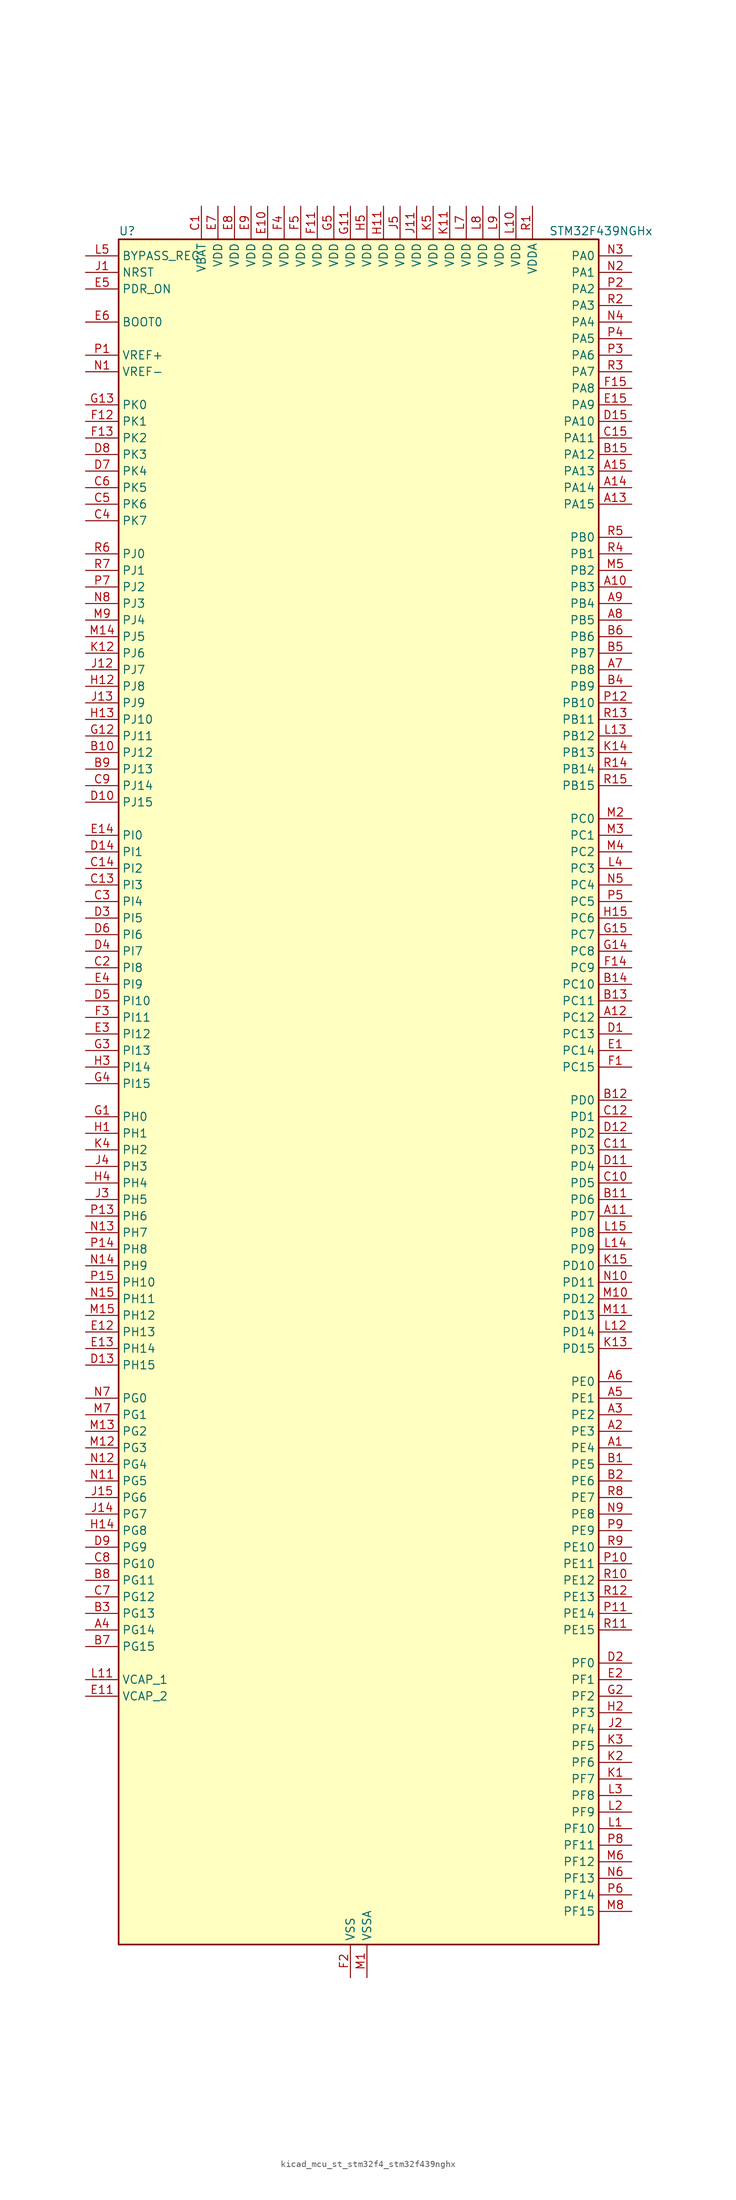
<source format=kicad_sym>
(kicad_symbol_lib
  (version 20220914)
  (generator kicad_symbol_editor)
  (symbol "kicad_mcu_st_stm32f4_stm32f439nghx"
    (property "Reference" "U"
      (at -35.56 133.35 0)
      (effects (font (size 1.27 1.27)) (justify left)))
    (property "Value" "STM32F439NGHx"
      (at 30.48 133.35 0)
      (effects (font (size 1.27 1.27)) (justify left)))
    (property "ki_locked" ""
      (at 0 0 0)
      (effects (font (size 1.27 1.27))))
    (symbol "kicad_mcu_st_stm32f4_stm32f439nghx_0_1"
      (rectangle (start -35.56 -129.54) (end 38.1 132.08) (stroke (width 0.254) (type default)) (fill (type background))))
    (symbol "kicad_mcu_st_stm32f4_stm32f439nghx_1_1"
      (pin bidirectional line (at 43.18 -53.34 180) (length 5.08) (name "PE4" (effects (font (size 1.27 1.27)))) (number "A1" (effects (font (size 1.27 1.27)))) (alternate "DCMI_D4" bidirectional line) (alternate "FMC_A20" bidirectional line) (alternate "LTDC_B0" bidirectional line) (alternate "SAI1_FS_A" bidirectional line) (alternate "SPI4_NSS" bidirectional line) (alternate "SYS_TRACED1" bidirectional line))
      (pin bidirectional line (at 43.18 78.74 180) (length 5.08) (name "PB3" (effects (font (size 1.27 1.27)))) (number "A10" (effects (font (size 1.27 1.27)))) (alternate "I2S3_CK" bidirectional line) (alternate "SPI1_SCK" bidirectional line) (alternate "SPI3_SCK" bidirectional line) (alternate "SYS_JTDO-SWO" bidirectional line) (alternate "TIM2_CH2" bidirectional line))
      (pin bidirectional line (at 43.18 -17.78 180) (length 5.08) (name "PD7" (effects (font (size 1.27 1.27)))) (number "A11" (effects (font (size 1.27 1.27)))) (alternate "FMC_NCE2" bidirectional line) (alternate "FMC_NE1" bidirectional line) (alternate "USART2_CK" bidirectional line))
      (pin bidirectional line (at 43.18 12.7 180) (length 5.08) (name "PC12" (effects (font (size 1.27 1.27)))) (number "A12" (effects (font (size 1.27 1.27)))) (alternate "DCMI_D9" bidirectional line) (alternate "I2S3_SD" bidirectional line) (alternate "SDIO_CK" bidirectional line) (alternate "SPI3_MOSI" bidirectional line) (alternate "UART5_TX" bidirectional line) (alternate "USART3_CK" bidirectional line))
      (pin bidirectional line (at 43.18 91.44 180) (length 5.08) (name "PA15" (effects (font (size 1.27 1.27)))) (number "A13" (effects (font (size 1.27 1.27)))) (alternate "ADC1_EXTI15" bidirectional line) (alternate "ADC2_EXTI15" bidirectional line) (alternate "ADC3_EXTI15" bidirectional line) (alternate "I2S3_WS" bidirectional line) (alternate "SPI1_NSS" bidirectional line) (alternate "SPI3_NSS" bidirectional line) (alternate "SYS_JTDI" bidirectional line) (alternate "TIM2_CH1" bidirectional line) (alternate "TIM2_ETR" bidirectional line))
      (pin bidirectional line (at 43.18 93.98 180) (length 5.08) (name "PA14" (effects (font (size 1.27 1.27)))) (number "A14" (effects (font (size 1.27 1.27)))) (alternate "SYS_JTCK-SWCLK" bidirectional line))
      (pin bidirectional line (at 43.18 96.52 180) (length 5.08) (name "PA13" (effects (font (size 1.27 1.27)))) (number "A15" (effects (font (size 1.27 1.27)))) (alternate "SYS_JTMS-SWDIO" bidirectional line))
      (pin bidirectional line (at 43.18 -50.8 180) (length 5.08) (name "PE3" (effects (font (size 1.27 1.27)))) (number "A2" (effects (font (size 1.27 1.27)))) (alternate "FMC_A19" bidirectional line) (alternate "SAI1_SD_B" bidirectional line) (alternate "SYS_TRACED0" bidirectional line))
      (pin bidirectional line (at 43.18 -48.26 180) (length 5.08) (name "PE2" (effects (font (size 1.27 1.27)))) (number "A3" (effects (font (size 1.27 1.27)))) (alternate "ETH_TXD3" bidirectional line) (alternate "FMC_A23" bidirectional line) (alternate "SAI1_MCLK_A" bidirectional line) (alternate "SPI4_SCK" bidirectional line) (alternate "SYS_TRACECLK" bidirectional line))
      (pin bidirectional line (at -40.64 -81.28 0) (length 5.08) (name "PG14" (effects (font (size 1.27 1.27)))) (number "A4" (effects (font (size 1.27 1.27)))) (alternate "ETH_TXD1" bidirectional line) (alternate "FMC_A25" bidirectional line) (alternate "SPI6_MOSI" bidirectional line) (alternate "USART6_TX" bidirectional line))
      (pin bidirectional line (at 43.18 -45.72 180) (length 5.08) (name "PE1" (effects (font (size 1.27 1.27)))) (number "A5" (effects (font (size 1.27 1.27)))) (alternate "DCMI_D3" bidirectional line) (alternate "FMC_NBL1" bidirectional line) (alternate "UART8_TX" bidirectional line))
      (pin bidirectional line (at 43.18 -43.18 180) (length 5.08) (name "PE0" (effects (font (size 1.27 1.27)))) (number "A6" (effects (font (size 1.27 1.27)))) (alternate "DCMI_D2" bidirectional line) (alternate "FMC_NBL0" bidirectional line) (alternate "TIM4_ETR" bidirectional line) (alternate "UART8_RX" bidirectional line))
      (pin bidirectional line (at 43.18 66.04 180) (length 5.08) (name "PB8" (effects (font (size 1.27 1.27)))) (number "A7" (effects (font (size 1.27 1.27)))) (alternate "CAN1_RX" bidirectional line) (alternate "DCMI_D6" bidirectional line) (alternate "ETH_TXD3" bidirectional line) (alternate "I2C1_SCL" bidirectional line) (alternate "LTDC_B6" bidirectional line) (alternate "SDIO_D4" bidirectional line) (alternate "TIM10_CH1" bidirectional line) (alternate "TIM4_CH3" bidirectional line))
      (pin bidirectional line (at 43.18 73.66 180) (length 5.08) (name "PB5" (effects (font (size 1.27 1.27)))) (number "A8" (effects (font (size 1.27 1.27)))) (alternate "CAN2_RX" bidirectional line) (alternate "DCMI_D10" bidirectional line) (alternate "ETH_PPS_OUT" bidirectional line) (alternate "FMC_SDCKE1" bidirectional line) (alternate "I2C1_SMBA" bidirectional line) (alternate "I2S3_SD" bidirectional line) (alternate "SPI1_MOSI" bidirectional line) (alternate "SPI3_MOSI" bidirectional line) (alternate "TIM3_CH2" bidirectional line) (alternate "USB_OTG_HS_ULPI_D7" bidirectional line))
      (pin bidirectional line (at 43.18 76.2 180) (length 5.08) (name "PB4" (effects (font (size 1.27 1.27)))) (number "A9" (effects (font (size 1.27 1.27)))) (alternate "I2S3_ext_SD" bidirectional line) (alternate "SPI1_MISO" bidirectional line) (alternate "SPI3_MISO" bidirectional line) (alternate "SYS_JTRST" bidirectional line) (alternate "TIM3_CH1" bidirectional line))
      (pin bidirectional line (at 43.18 -55.88 180) (length 5.08) (name "PE5" (effects (font (size 1.27 1.27)))) (number "B1" (effects (font (size 1.27 1.27)))) (alternate "DCMI_D6" bidirectional line) (alternate "FMC_A21" bidirectional line) (alternate "LTDC_G0" bidirectional line) (alternate "SAI1_SCK_A" bidirectional line) (alternate "SPI4_MISO" bidirectional line) (alternate "SYS_TRACED2" bidirectional line) (alternate "TIM9_CH1" bidirectional line))
      (pin bidirectional line (at -40.64 53.34 0) (length 5.08) (name "PJ12" (effects (font (size 1.27 1.27)))) (number "B10" (effects (font (size 1.27 1.27)))) (alternate "LTDC_B0" bidirectional line))
      (pin bidirectional line (at 43.18 -15.24 180) (length 5.08) (name "PD6" (effects (font (size 1.27 1.27)))) (number "B11" (effects (font (size 1.27 1.27)))) (alternate "DCMI_D10" bidirectional line) (alternate "FMC_NWAIT" bidirectional line) (alternate "I2S3_SD" bidirectional line) (alternate "LTDC_B2" bidirectional line) (alternate "SAI1_SD_A" bidirectional line) (alternate "SPI3_MOSI" bidirectional line) (alternate "USART2_RX" bidirectional line))
      (pin bidirectional line (at 43.18 0 180) (length 5.08) (name "PD0" (effects (font (size 1.27 1.27)))) (number "B12" (effects (font (size 1.27 1.27)))) (alternate "CAN1_RX" bidirectional line) (alternate "FMC_D2" bidirectional line) (alternate "FMC_DA2" bidirectional line))
      (pin bidirectional line (at 43.18 15.24 180) (length 5.08) (name "PC11" (effects (font (size 1.27 1.27)))) (number "B13" (effects (font (size 1.27 1.27)))) (alternate "ADC1_EXTI11" bidirectional line) (alternate "ADC2_EXTI11" bidirectional line) (alternate "ADC3_EXTI11" bidirectional line) (alternate "DCMI_D4" bidirectional line) (alternate "I2S3_ext_SD" bidirectional line) (alternate "SDIO_D3" bidirectional line) (alternate "SPI3_MISO" bidirectional line) (alternate "UART4_RX" bidirectional line) (alternate "USART3_RX" bidirectional line))
      (pin bidirectional line (at 43.18 17.78 180) (length 5.08) (name "PC10" (effects (font (size 1.27 1.27)))) (number "B14" (effects (font (size 1.27 1.27)))) (alternate "DCMI_D8" bidirectional line) (alternate "I2S3_CK" bidirectional line) (alternate "LTDC_R2" bidirectional line) (alternate "SDIO_D2" bidirectional line) (alternate "SPI3_SCK" bidirectional line) (alternate "UART4_TX" bidirectional line) (alternate "USART3_TX" bidirectional line))
      (pin bidirectional line (at 43.18 99.06 180) (length 5.08) (name "PA12" (effects (font (size 1.27 1.27)))) (number "B15" (effects (font (size 1.27 1.27)))) (alternate "CAN1_TX" bidirectional line) (alternate "LTDC_R5" bidirectional line) (alternate "TIM1_ETR" bidirectional line) (alternate "USART1_RTS" bidirectional line) (alternate "USB_OTG_FS_DP" bidirectional line))
      (pin bidirectional line (at 43.18 -58.42 180) (length 5.08) (name "PE6" (effects (font (size 1.27 1.27)))) (number "B2" (effects (font (size 1.27 1.27)))) (alternate "DCMI_D7" bidirectional line) (alternate "FMC_A22" bidirectional line) (alternate "LTDC_G1" bidirectional line) (alternate "SAI1_SD_A" bidirectional line) (alternate "SPI4_MOSI" bidirectional line) (alternate "SYS_TRACED3" bidirectional line) (alternate "TIM9_CH2" bidirectional line))
      (pin bidirectional line (at -40.64 -78.74 0) (length 5.08) (name "PG13" (effects (font (size 1.27 1.27)))) (number "B3" (effects (font (size 1.27 1.27)))) (alternate "ETH_TXD0" bidirectional line) (alternate "FMC_A24" bidirectional line) (alternate "SPI6_SCK" bidirectional line) (alternate "USART6_CTS" bidirectional line))
      (pin bidirectional line (at 43.18 63.5 180) (length 5.08) (name "PB9" (effects (font (size 1.27 1.27)))) (number "B4" (effects (font (size 1.27 1.27)))) (alternate "CAN1_TX" bidirectional line) (alternate "DAC_EXTI9" bidirectional line) (alternate "DCMI_D7" bidirectional line) (alternate "I2C1_SDA" bidirectional line) (alternate "I2S2_WS" bidirectional line) (alternate "LTDC_B7" bidirectional line) (alternate "SDIO_D5" bidirectional line) (alternate "SPI2_NSS" bidirectional line) (alternate "TIM11_CH1" bidirectional line) (alternate "TIM4_CH4" bidirectional line))
      (pin bidirectional line (at 43.18 68.58 180) (length 5.08) (name "PB7" (effects (font (size 1.27 1.27)))) (number "B5" (effects (font (size 1.27 1.27)))) (alternate "DCMI_VSYNC" bidirectional line) (alternate "FMC_NL" bidirectional line) (alternate "I2C1_SDA" bidirectional line) (alternate "TIM4_CH2" bidirectional line) (alternate "USART1_RX" bidirectional line))
      (pin bidirectional line (at 43.18 71.12 180) (length 5.08) (name "PB6" (effects (font (size 1.27 1.27)))) (number "B6" (effects (font (size 1.27 1.27)))) (alternate "CAN2_TX" bidirectional line) (alternate "DCMI_D5" bidirectional line) (alternate "FMC_SDNE1" bidirectional line) (alternate "I2C1_SCL" bidirectional line) (alternate "TIM4_CH1" bidirectional line) (alternate "USART1_TX" bidirectional line))
      (pin bidirectional line (at -40.64 -83.82 0) (length 5.08) (name "PG15" (effects (font (size 1.27 1.27)))) (number "B7" (effects (font (size 1.27 1.27)))) (alternate "ADC1_EXTI15" bidirectional line) (alternate "ADC2_EXTI15" bidirectional line) (alternate "ADC3_EXTI15" bidirectional line) (alternate "DCMI_D13" bidirectional line) (alternate "FMC_SDNCAS" bidirectional line) (alternate "USART6_CTS" bidirectional line))
      (pin bidirectional line (at -40.64 -73.66 0) (length 5.08) (name "PG11" (effects (font (size 1.27 1.27)))) (number "B8" (effects (font (size 1.27 1.27)))) (alternate "ADC1_EXTI11" bidirectional line) (alternate "ADC2_EXTI11" bidirectional line) (alternate "ADC3_EXTI11" bidirectional line) (alternate "DCMI_D3" bidirectional line) (alternate "ETH_TX_EN" bidirectional line) (alternate "FMC_NCE4_2" bidirectional line) (alternate "LTDC_B3" bidirectional line))
      (pin bidirectional line (at -40.64 50.8 0) (length 5.08) (name "PJ13" (effects (font (size 1.27 1.27)))) (number "B9" (effects (font (size 1.27 1.27)))) (alternate "LTDC_B1" bidirectional line))
      (pin power_in line (at -22.86 137.16 270) (length 5.08) (name "VBAT" (effects (font (size 1.27 1.27)))) (number "C1" (effects (font (size 1.27 1.27)))))
      (pin bidirectional line (at 43.18 -12.7 180) (length 5.08) (name "PD5" (effects (font (size 1.27 1.27)))) (number "C10" (effects (font (size 1.27 1.27)))) (alternate "FMC_NWE" bidirectional line) (alternate "USART2_TX" bidirectional line))
      (pin bidirectional line (at 43.18 -7.62 180) (length 5.08) (name "PD3" (effects (font (size 1.27 1.27)))) (number "C11" (effects (font (size 1.27 1.27)))) (alternate "DCMI_D5" bidirectional line) (alternate "FMC_CLK" bidirectional line) (alternate "I2S2_CK" bidirectional line) (alternate "LTDC_G7" bidirectional line) (alternate "SPI2_SCK" bidirectional line) (alternate "USART2_CTS" bidirectional line))
      (pin bidirectional line (at 43.18 -2.54 180) (length 5.08) (name "PD1" (effects (font (size 1.27 1.27)))) (number "C12" (effects (font (size 1.27 1.27)))) (alternate "CAN1_TX" bidirectional line) (alternate "FMC_D3" bidirectional line) (alternate "FMC_DA3" bidirectional line))
      (pin bidirectional line (at -40.64 33.02 0) (length 5.08) (name "PI3" (effects (font (size 1.27 1.27)))) (number "C13" (effects (font (size 1.27 1.27)))) (alternate "DCMI_D10" bidirectional line) (alternate "FMC_D27" bidirectional line) (alternate "I2S2_SD" bidirectional line) (alternate "SPI2_MOSI" bidirectional line) (alternate "TIM8_ETR" bidirectional line))
      (pin bidirectional line (at -40.64 35.56 0) (length 5.08) (name "PI2" (effects (font (size 1.27 1.27)))) (number "C14" (effects (font (size 1.27 1.27)))) (alternate "DCMI_D9" bidirectional line) (alternate "FMC_D26" bidirectional line) (alternate "I2S2_ext_SD" bidirectional line) (alternate "LTDC_G7" bidirectional line) (alternate "SPI2_MISO" bidirectional line) (alternate "TIM8_CH4" bidirectional line))
      (pin bidirectional line (at 43.18 101.6 180) (length 5.08) (name "PA11" (effects (font (size 1.27 1.27)))) (number "C15" (effects (font (size 1.27 1.27)))) (alternate "ADC1_EXTI11" bidirectional line) (alternate "ADC2_EXTI11" bidirectional line) (alternate "ADC3_EXTI11" bidirectional line) (alternate "CAN1_RX" bidirectional line) (alternate "LTDC_R4" bidirectional line) (alternate "TIM1_CH4" bidirectional line) (alternate "USART1_CTS" bidirectional line) (alternate "USB_OTG_FS_DM" bidirectional line))
      (pin bidirectional line (at -40.64 20.32 0) (length 5.08) (name "PI8" (effects (font (size 1.27 1.27)))) (number "C2" (effects (font (size 1.27 1.27)))) (alternate "RTC_AF2" bidirectional line))
      (pin bidirectional line (at -40.64 30.48 0) (length 5.08) (name "PI4" (effects (font (size 1.27 1.27)))) (number "C3" (effects (font (size 1.27 1.27)))) (alternate "DCMI_D5" bidirectional line) (alternate "FMC_NBL2" bidirectional line) (alternate "LTDC_B4" bidirectional line) (alternate "TIM8_BKIN" bidirectional line))
      (pin bidirectional line (at -40.64 88.9 0) (length 5.08) (name "PK7" (effects (font (size 1.27 1.27)))) (number "C4" (effects (font (size 1.27 1.27)))) (alternate "LTDC_DE" bidirectional line))
      (pin bidirectional line (at -40.64 91.44 0) (length 5.08) (name "PK6" (effects (font (size 1.27 1.27)))) (number "C5" (effects (font (size 1.27 1.27)))) (alternate "LTDC_B7" bidirectional line))
      (pin bidirectional line (at -40.64 93.98 0) (length 5.08) (name "PK5" (effects (font (size 1.27 1.27)))) (number "C6" (effects (font (size 1.27 1.27)))) (alternate "LTDC_B6" bidirectional line))
      (pin bidirectional line (at -40.64 -76.2 0) (length 5.08) (name "PG12" (effects (font (size 1.27 1.27)))) (number "C7" (effects (font (size 1.27 1.27)))) (alternate "FMC_NE4" bidirectional line) (alternate "LTDC_B1" bidirectional line) (alternate "LTDC_B4" bidirectional line) (alternate "SPI6_MISO" bidirectional line) (alternate "USART6_RTS" bidirectional line))
      (pin bidirectional line (at -40.64 -71.12 0) (length 5.08) (name "PG10" (effects (font (size 1.27 1.27)))) (number "C8" (effects (font (size 1.27 1.27)))) (alternate "DCMI_D2" bidirectional line) (alternate "FMC_NCE4_1" bidirectional line) (alternate "FMC_NE3" bidirectional line) (alternate "LTDC_B2" bidirectional line) (alternate "LTDC_G3" bidirectional line))
      (pin bidirectional line (at -40.64 48.26 0) (length 5.08) (name "PJ14" (effects (font (size 1.27 1.27)))) (number "C9" (effects (font (size 1.27 1.27)))) (alternate "LTDC_B2" bidirectional line))
      (pin bidirectional line (at 43.18 10.16 180) (length 5.08) (name "PC13" (effects (font (size 1.27 1.27)))) (number "D1" (effects (font (size 1.27 1.27)))) (alternate "RTC_AF1" bidirectional line))
      (pin bidirectional line (at -40.64 45.72 0) (length 5.08) (name "PJ15" (effects (font (size 1.27 1.27)))) (number "D10" (effects (font (size 1.27 1.27)))) (alternate "ADC1_EXTI15" bidirectional line) (alternate "ADC2_EXTI15" bidirectional line) (alternate "ADC3_EXTI15" bidirectional line) (alternate "LTDC_B3" bidirectional line))
      (pin bidirectional line (at 43.18 -10.16 180) (length 5.08) (name "PD4" (effects (font (size 1.27 1.27)))) (number "D11" (effects (font (size 1.27 1.27)))) (alternate "FMC_NOE" bidirectional line) (alternate "USART2_RTS" bidirectional line))
      (pin bidirectional line (at 43.18 -5.08 180) (length 5.08) (name "PD2" (effects (font (size 1.27 1.27)))) (number "D12" (effects (font (size 1.27 1.27)))) (alternate "DCMI_D11" bidirectional line) (alternate "SDIO_CMD" bidirectional line) (alternate "TIM3_ETR" bidirectional line) (alternate "UART5_RX" bidirectional line))
      (pin bidirectional line (at -40.64 -40.64 0) (length 5.08) (name "PH15" (effects (font (size 1.27 1.27)))) (number "D13" (effects (font (size 1.27 1.27)))) (alternate "ADC1_EXTI15" bidirectional line) (alternate "ADC2_EXTI15" bidirectional line) (alternate "ADC3_EXTI15" bidirectional line) (alternate "DCMI_D11" bidirectional line) (alternate "FMC_D23" bidirectional line) (alternate "LTDC_G4" bidirectional line) (alternate "TIM8_CH3N" bidirectional line))
      (pin bidirectional line (at -40.64 38.1 0) (length 5.08) (name "PI1" (effects (font (size 1.27 1.27)))) (number "D14" (effects (font (size 1.27 1.27)))) (alternate "DCMI_D8" bidirectional line) (alternate "FMC_D25" bidirectional line) (alternate "I2S2_CK" bidirectional line) (alternate "LTDC_G6" bidirectional line) (alternate "SPI2_SCK" bidirectional line))
      (pin bidirectional line (at 43.18 104.14 180) (length 5.08) (name "PA10" (effects (font (size 1.27 1.27)))) (number "D15" (effects (font (size 1.27 1.27)))) (alternate "DCMI_D1" bidirectional line) (alternate "TIM1_CH3" bidirectional line) (alternate "USART1_RX" bidirectional line) (alternate "USB_OTG_FS_ID" bidirectional line))
      (pin bidirectional line (at 43.18 -86.36 180) (length 5.08) (name "PF0" (effects (font (size 1.27 1.27)))) (number "D2" (effects (font (size 1.27 1.27)))) (alternate "FMC_A0" bidirectional line) (alternate "I2C2_SDA" bidirectional line))
      (pin bidirectional line (at -40.64 27.94 0) (length 5.08) (name "PI5" (effects (font (size 1.27 1.27)))) (number "D3" (effects (font (size 1.27 1.27)))) (alternate "DCMI_VSYNC" bidirectional line) (alternate "FMC_NBL3" bidirectional line) (alternate "LTDC_B5" bidirectional line) (alternate "TIM8_CH1" bidirectional line))
      (pin bidirectional line (at -40.64 22.86 0) (length 5.08) (name "PI7" (effects (font (size 1.27 1.27)))) (number "D4" (effects (font (size 1.27 1.27)))) (alternate "DCMI_D7" bidirectional line) (alternate "FMC_D29" bidirectional line) (alternate "LTDC_B7" bidirectional line) (alternate "TIM8_CH3" bidirectional line))
      (pin bidirectional line (at -40.64 15.24 0) (length 5.08) (name "PI10" (effects (font (size 1.27 1.27)))) (number "D5" (effects (font (size 1.27 1.27)))) (alternate "ETH_RX_ER" bidirectional line) (alternate "FMC_D31" bidirectional line) (alternate "LTDC_HSYNC" bidirectional line))
      (pin bidirectional line (at -40.64 25.4 0) (length 5.08) (name "PI6" (effects (font (size 1.27 1.27)))) (number "D6" (effects (font (size 1.27 1.27)))) (alternate "DCMI_D6" bidirectional line) (alternate "FMC_D28" bidirectional line) (alternate "LTDC_B6" bidirectional line) (alternate "TIM8_CH2" bidirectional line))
      (pin bidirectional line (at -40.64 96.52 0) (length 5.08) (name "PK4" (effects (font (size 1.27 1.27)))) (number "D7" (effects (font (size 1.27 1.27)))) (alternate "LTDC_B5" bidirectional line))
      (pin bidirectional line (at -40.64 99.06 0) (length 5.08) (name "PK3" (effects (font (size 1.27 1.27)))) (number "D8" (effects (font (size 1.27 1.27)))) (alternate "LTDC_B4" bidirectional line))
      (pin bidirectional line (at -40.64 -68.58 0) (length 5.08) (name "PG9" (effects (font (size 1.27 1.27)))) (number "D9" (effects (font (size 1.27 1.27)))) (alternate "DAC_EXTI9" bidirectional line) (alternate "DCMI_VSYNC" bidirectional line) (alternate "FMC_NCE3" bidirectional line) (alternate "FMC_NE2" bidirectional line) (alternate "USART6_RX" bidirectional line))
      (pin bidirectional line (at 43.18 7.62 180) (length 5.08) (name "PC14" (effects (font (size 1.27 1.27)))) (number "E1" (effects (font (size 1.27 1.27)))) (alternate "RCC_OSC32_IN" bidirectional line))
      (pin power_in line (at -12.7 137.16 270) (length 5.08) (name "VDD" (effects (font (size 1.27 1.27)))) (number "E10" (effects (font (size 1.27 1.27)))))
      (pin power_out line (at -40.64 -91.44 0) (length 5.08) (name "VCAP_2" (effects (font (size 1.27 1.27)))) (number "E11" (effects (font (size 1.27 1.27)))))
      (pin bidirectional line (at -40.64 -35.56 0) (length 5.08) (name "PH13" (effects (font (size 1.27 1.27)))) (number "E12" (effects (font (size 1.27 1.27)))) (alternate "CAN1_TX" bidirectional line) (alternate "FMC_D21" bidirectional line) (alternate "LTDC_G2" bidirectional line) (alternate "TIM8_CH1N" bidirectional line))
      (pin bidirectional line (at -40.64 -38.1 0) (length 5.08) (name "PH14" (effects (font (size 1.27 1.27)))) (number "E13" (effects (font (size 1.27 1.27)))) (alternate "DCMI_D4" bidirectional line) (alternate "FMC_D22" bidirectional line) (alternate "LTDC_G3" bidirectional line) (alternate "TIM8_CH2N" bidirectional line))
      (pin bidirectional line (at -40.64 40.64 0) (length 5.08) (name "PI0" (effects (font (size 1.27 1.27)))) (number "E14" (effects (font (size 1.27 1.27)))) (alternate "DCMI_D13" bidirectional line) (alternate "FMC_D24" bidirectional line) (alternate "I2S2_WS" bidirectional line) (alternate "LTDC_G5" bidirectional line) (alternate "SPI2_NSS" bidirectional line) (alternate "TIM5_CH4" bidirectional line))
      (pin bidirectional line (at 43.18 106.68 180) (length 5.08) (name "PA9" (effects (font (size 1.27 1.27)))) (number "E15" (effects (font (size 1.27 1.27)))) (alternate "DAC_EXTI9" bidirectional line) (alternate "DCMI_D0" bidirectional line) (alternate "I2C3_SMBA" bidirectional line) (alternate "TIM1_CH2" bidirectional line) (alternate "USART1_TX" bidirectional line) (alternate "USB_OTG_FS_VBUS" bidirectional line))
      (pin bidirectional line (at 43.18 -88.9 180) (length 5.08) (name "PF1" (effects (font (size 1.27 1.27)))) (number "E2" (effects (font (size 1.27 1.27)))) (alternate "FMC_A1" bidirectional line) (alternate "I2C2_SCL" bidirectional line))
      (pin bidirectional line (at -40.64 10.16 0) (length 5.08) (name "PI12" (effects (font (size 1.27 1.27)))) (number "E3" (effects (font (size 1.27 1.27)))) (alternate "LTDC_HSYNC" bidirectional line))
      (pin bidirectional line (at -40.64 17.78 0) (length 5.08) (name "PI9" (effects (font (size 1.27 1.27)))) (number "E4" (effects (font (size 1.27 1.27)))) (alternate "CAN1_RX" bidirectional line) (alternate "DAC_EXTI9" bidirectional line) (alternate "FMC_D30" bidirectional line) (alternate "LTDC_VSYNC" bidirectional line))
      (pin input line (at -40.64 124.46 0) (length 5.08) (name "PDR_ON" (effects (font (size 1.27 1.27)))) (number "E5" (effects (font (size 1.27 1.27)))))
      (pin input line (at -40.64 119.38 0) (length 5.08) (name "BOOT0" (effects (font (size 1.27 1.27)))) (number "E6" (effects (font (size 1.27 1.27)))))
      (pin power_in line (at -20.32 137.16 270) (length 5.08) (name "VDD" (effects (font (size 1.27 1.27)))) (number "E7" (effects (font (size 1.27 1.27)))))
      (pin power_in line (at -17.78 137.16 270) (length 5.08) (name "VDD" (effects (font (size 1.27 1.27)))) (number "E8" (effects (font (size 1.27 1.27)))))
      (pin power_in line (at -15.24 137.16 270) (length 5.08) (name "VDD" (effects (font (size 1.27 1.27)))) (number "E9" (effects (font (size 1.27 1.27)))))
      (pin bidirectional line (at 43.18 5.08 180) (length 5.08) (name "PC15" (effects (font (size 1.27 1.27)))) (number "F1" (effects (font (size 1.27 1.27)))) (alternate "ADC1_EXTI15" bidirectional line) (alternate "ADC2_EXTI15" bidirectional line) (alternate "ADC3_EXTI15" bidirectional line) (alternate "RCC_OSC32_OUT" bidirectional line))
      (pin passive line (at 0 -134.62 90) (length 5.08) hide (name "VSS" (effects (font (size 1.27 1.27)))) (number "F10" (effects (font (size 1.27 1.27)))))
      (pin power_in line (at -5.08 137.16 270) (length 5.08) (name "VDD" (effects (font (size 1.27 1.27)))) (number "F11" (effects (font (size 1.27 1.27)))))
      (pin bidirectional line (at -40.64 104.14 0) (length 5.08) (name "PK1" (effects (font (size 1.27 1.27)))) (number "F12" (effects (font (size 1.27 1.27)))) (alternate "LTDC_G6" bidirectional line))
      (pin bidirectional line (at -40.64 101.6 0) (length 5.08) (name "PK2" (effects (font (size 1.27 1.27)))) (number "F13" (effects (font (size 1.27 1.27)))) (alternate "LTDC_G7" bidirectional line))
      (pin bidirectional line (at 43.18 20.32 180) (length 5.08) (name "PC9" (effects (font (size 1.27 1.27)))) (number "F14" (effects (font (size 1.27 1.27)))) (alternate "DAC_EXTI9" bidirectional line) (alternate "DCMI_D3" bidirectional line) (alternate "I2C3_SDA" bidirectional line) (alternate "I2S_CKIN" bidirectional line) (alternate "RCC_MCO_2" bidirectional line) (alternate "SDIO_D1" bidirectional line) (alternate "TIM3_CH4" bidirectional line) (alternate "TIM8_CH4" bidirectional line))
      (pin bidirectional line (at 43.18 109.22 180) (length 5.08) (name "PA8" (effects (font (size 1.27 1.27)))) (number "F15" (effects (font (size 1.27 1.27)))) (alternate "I2C3_SCL" bidirectional line) (alternate "LTDC_R6" bidirectional line) (alternate "RCC_MCO_1" bidirectional line) (alternate "TIM1_CH1" bidirectional line) (alternate "USART1_CK" bidirectional line) (alternate "USB_OTG_FS_SOF" bidirectional line))
      (pin power_in line (at 0 -134.62 90) (length 5.08) (name "VSS" (effects (font (size 1.27 1.27)))) (number "F2" (effects (font (size 1.27 1.27)))))
      (pin bidirectional line (at -40.64 12.7 0) (length 5.08) (name "PI11" (effects (font (size 1.27 1.27)))) (number "F3" (effects (font (size 1.27 1.27)))) (alternate "ADC1_EXTI11" bidirectional line) (alternate "ADC2_EXTI11" bidirectional line) (alternate "ADC3_EXTI11" bidirectional line) (alternate "USB_OTG_HS_ULPI_DIR" bidirectional line))
      (pin power_in line (at -10.16 137.16 270) (length 5.08) (name "VDD" (effects (font (size 1.27 1.27)))) (number "F4" (effects (font (size 1.27 1.27)))))
      (pin power_in line (at -7.62 137.16 270) (length 5.08) (name "VDD" (effects (font (size 1.27 1.27)))) (number "F5" (effects (font (size 1.27 1.27)))))
      (pin passive line (at 0 -134.62 90) (length 5.08) hide (name "VSS" (effects (font (size 1.27 1.27)))) (number "F6" (effects (font (size 1.27 1.27)))))
      (pin passive line (at 0 -134.62 90) (length 5.08) hide (name "VSS" (effects (font (size 1.27 1.27)))) (number "F7" (effects (font (size 1.27 1.27)))))
      (pin passive line (at 0 -134.62 90) (length 5.08) hide (name "VSS" (effects (font (size 1.27 1.27)))) (number "F8" (effects (font (size 1.27 1.27)))))
      (pin passive line (at 0 -134.62 90) (length 5.08) hide (name "VSS" (effects (font (size 1.27 1.27)))) (number "F9" (effects (font (size 1.27 1.27)))))
      (pin bidirectional line (at -40.64 -2.54 0) (length 5.08) (name "PH0" (effects (font (size 1.27 1.27)))) (number "G1" (effects (font (size 1.27 1.27)))) (alternate "RCC_OSC_IN" bidirectional line))
      (pin passive line (at 0 -134.62 90) (length 5.08) hide (name "VSS" (effects (font (size 1.27 1.27)))) (number "G10" (effects (font (size 1.27 1.27)))))
      (pin power_in line (at 0 137.16 270) (length 5.08) (name "VDD" (effects (font (size 1.27 1.27)))) (number "G11" (effects (font (size 1.27 1.27)))))
      (pin bidirectional line (at -40.64 55.88 0) (length 5.08) (name "PJ11" (effects (font (size 1.27 1.27)))) (number "G12" (effects (font (size 1.27 1.27)))) (alternate "ADC1_EXTI11" bidirectional line) (alternate "ADC2_EXTI11" bidirectional line) (alternate "ADC3_EXTI11" bidirectional line) (alternate "LTDC_G4" bidirectional line))
      (pin bidirectional line (at -40.64 106.68 0) (length 5.08) (name "PK0" (effects (font (size 1.27 1.27)))) (number "G13" (effects (font (size 1.27 1.27)))) (alternate "LTDC_G5" bidirectional line))
      (pin bidirectional line (at 43.18 22.86 180) (length 5.08) (name "PC8" (effects (font (size 1.27 1.27)))) (number "G14" (effects (font (size 1.27 1.27)))) (alternate "DCMI_D2" bidirectional line) (alternate "SDIO_D0" bidirectional line) (alternate "TIM3_CH3" bidirectional line) (alternate "TIM8_CH3" bidirectional line) (alternate "USART6_CK" bidirectional line))
      (pin bidirectional line (at 43.18 25.4 180) (length 5.08) (name "PC7" (effects (font (size 1.27 1.27)))) (number "G15" (effects (font (size 1.27 1.27)))) (alternate "DCMI_D1" bidirectional line) (alternate "I2S3_MCK" bidirectional line) (alternate "LTDC_G6" bidirectional line) (alternate "SDIO_D7" bidirectional line) (alternate "TIM3_CH2" bidirectional line) (alternate "TIM8_CH2" bidirectional line) (alternate "USART6_RX" bidirectional line))
      (pin bidirectional line (at 43.18 -91.44 180) (length 5.08) (name "PF2" (effects (font (size 1.27 1.27)))) (number "G2" (effects (font (size 1.27 1.27)))) (alternate "FMC_A2" bidirectional line) (alternate "I2C2_SMBA" bidirectional line))
      (pin bidirectional line (at -40.64 7.62 0) (length 5.08) (name "PI13" (effects (font (size 1.27 1.27)))) (number "G3" (effects (font (size 1.27 1.27)))) (alternate "LTDC_VSYNC" bidirectional line))
      (pin bidirectional line (at -40.64 2.54 0) (length 5.08) (name "PI15" (effects (font (size 1.27 1.27)))) (number "G4" (effects (font (size 1.27 1.27)))) (alternate "ADC1_EXTI15" bidirectional line) (alternate "ADC2_EXTI15" bidirectional line) (alternate "ADC3_EXTI15" bidirectional line) (alternate "LTDC_R0" bidirectional line))
      (pin power_in line (at -2.54 137.16 270) (length 5.08) (name "VDD" (effects (font (size 1.27 1.27)))) (number "G5" (effects (font (size 1.27 1.27)))))
      (pin passive line (at 0 -134.62 90) (length 5.08) hide (name "VSS" (effects (font (size 1.27 1.27)))) (number "G6" (effects (font (size 1.27 1.27)))))
      (pin bidirectional line (at -40.64 -5.08 0) (length 5.08) (name "PH1" (effects (font (size 1.27 1.27)))) (number "H1" (effects (font (size 1.27 1.27)))) (alternate "RCC_OSC_OUT" bidirectional line))
      (pin passive line (at 0 -134.62 90) (length 5.08) hide (name "VSS" (effects (font (size 1.27 1.27)))) (number "H10" (effects (font (size 1.27 1.27)))))
      (pin power_in line (at 5.08 137.16 270) (length 5.08) (name "VDD" (effects (font (size 1.27 1.27)))) (number "H11" (effects (font (size 1.27 1.27)))))
      (pin bidirectional line (at -40.64 63.5 0) (length 5.08) (name "PJ8" (effects (font (size 1.27 1.27)))) (number "H12" (effects (font (size 1.27 1.27)))) (alternate "LTDC_G1" bidirectional line))
      (pin bidirectional line (at -40.64 58.42 0) (length 5.08) (name "PJ10" (effects (font (size 1.27 1.27)))) (number "H13" (effects (font (size 1.27 1.27)))) (alternate "LTDC_G3" bidirectional line))
      (pin bidirectional line (at -40.64 -66.04 0) (length 5.08) (name "PG8" (effects (font (size 1.27 1.27)))) (number "H14" (effects (font (size 1.27 1.27)))) (alternate "ETH_PPS_OUT" bidirectional line) (alternate "FMC_SDCLK" bidirectional line) (alternate "SPI6_NSS" bidirectional line) (alternate "USART6_RTS" bidirectional line))
      (pin bidirectional line (at 43.18 27.94 180) (length 5.08) (name "PC6" (effects (font (size 1.27 1.27)))) (number "H15" (effects (font (size 1.27 1.27)))) (alternate "DCMI_D0" bidirectional line) (alternate "I2S2_MCK" bidirectional line) (alternate "LTDC_HSYNC" bidirectional line) (alternate "SDIO_D6" bidirectional line) (alternate "TIM3_CH1" bidirectional line) (alternate "TIM8_CH1" bidirectional line) (alternate "USART6_TX" bidirectional line))
      (pin bidirectional line (at 43.18 -93.98 180) (length 5.08) (name "PF3" (effects (font (size 1.27 1.27)))) (number "H2" (effects (font (size 1.27 1.27)))) (alternate "ADC3_IN9" bidirectional line) (alternate "FMC_A3" bidirectional line))
      (pin bidirectional line (at -40.64 5.08 0) (length 5.08) (name "PI14" (effects (font (size 1.27 1.27)))) (number "H3" (effects (font (size 1.27 1.27)))) (alternate "LTDC_CLK" bidirectional line))
      (pin bidirectional line (at -40.64 -12.7 0) (length 5.08) (name "PH4" (effects (font (size 1.27 1.27)))) (number "H4" (effects (font (size 1.27 1.27)))) (alternate "I2C2_SCL" bidirectional line) (alternate "USB_OTG_HS_ULPI_NXT" bidirectional line))
      (pin power_in line (at 2.54 137.16 270) (length 5.08) (name "VDD" (effects (font (size 1.27 1.27)))) (number "H5" (effects (font (size 1.27 1.27)))))
      (pin passive line (at 0 -134.62 90) (length 5.08) hide (name "VSS" (effects (font (size 1.27 1.27)))) (number "H6" (effects (font (size 1.27 1.27)))))
      (pin input line (at -40.64 127 0) (length 5.08) (name "NRST" (effects (font (size 1.27 1.27)))) (number "J1" (effects (font (size 1.27 1.27)))))
      (pin passive line (at 0 -134.62 90) (length 5.08) hide (name "VSS" (effects (font (size 1.27 1.27)))) (number "J10" (effects (font (size 1.27 1.27)))))
      (pin power_in line (at 10.16 137.16 270) (length 5.08) (name "VDD" (effects (font (size 1.27 1.27)))) (number "J11" (effects (font (size 1.27 1.27)))))
      (pin bidirectional line (at -40.64 66.04 0) (length 5.08) (name "PJ7" (effects (font (size 1.27 1.27)))) (number "J12" (effects (font (size 1.27 1.27)))) (alternate "LTDC_G0" bidirectional line))
      (pin bidirectional line (at -40.64 60.96 0) (length 5.08) (name "PJ9" (effects (font (size 1.27 1.27)))) (number "J13" (effects (font (size 1.27 1.27)))) (alternate "DAC_EXTI9" bidirectional line) (alternate "LTDC_G2" bidirectional line))
      (pin bidirectional line (at -40.64 -63.5 0) (length 5.08) (name "PG7" (effects (font (size 1.27 1.27)))) (number "J14" (effects (font (size 1.27 1.27)))) (alternate "DCMI_D13" bidirectional line) (alternate "FMC_INT3" bidirectional line) (alternate "LTDC_CLK" bidirectional line) (alternate "USART6_CK" bidirectional line))
      (pin bidirectional line (at -40.64 -60.96 0) (length 5.08) (name "PG6" (effects (font (size 1.27 1.27)))) (number "J15" (effects (font (size 1.27 1.27)))) (alternate "DCMI_D12" bidirectional line) (alternate "FMC_INT2" bidirectional line) (alternate "LTDC_R7" bidirectional line))
      (pin bidirectional line (at 43.18 -96.52 180) (length 5.08) (name "PF4" (effects (font (size 1.27 1.27)))) (number "J2" (effects (font (size 1.27 1.27)))) (alternate "ADC3_IN14" bidirectional line) (alternate "FMC_A4" bidirectional line))
      (pin bidirectional line (at -40.64 -15.24 0) (length 5.08) (name "PH5" (effects (font (size 1.27 1.27)))) (number "J3" (effects (font (size 1.27 1.27)))) (alternate "FMC_SDNWE" bidirectional line) (alternate "I2C2_SDA" bidirectional line) (alternate "SPI5_NSS" bidirectional line))
      (pin bidirectional line (at -40.64 -10.16 0) (length 5.08) (name "PH3" (effects (font (size 1.27 1.27)))) (number "J4" (effects (font (size 1.27 1.27)))) (alternate "ETH_COL" bidirectional line) (alternate "FMC_SDNE0" bidirectional line) (alternate "LTDC_R1" bidirectional line))
      (pin power_in line (at 7.62 137.16 270) (length 5.08) (name "VDD" (effects (font (size 1.27 1.27)))) (number "J5" (effects (font (size 1.27 1.27)))))
      (pin passive line (at 0 -134.62 90) (length 5.08) hide (name "VSS" (effects (font (size 1.27 1.27)))) (number "J6" (effects (font (size 1.27 1.27)))))
      (pin bidirectional line (at 43.18 -104.14 180) (length 5.08) (name "PF7" (effects (font (size 1.27 1.27)))) (number "K1" (effects (font (size 1.27 1.27)))) (alternate "ADC3_IN5" bidirectional line) (alternate "FMC_NREG" bidirectional line) (alternate "SAI1_MCLK_B" bidirectional line) (alternate "SPI5_SCK" bidirectional line) (alternate "TIM11_CH1" bidirectional line) (alternate "UART7_TX" bidirectional line))
      (pin passive line (at 0 -134.62 90) (length 5.08) hide (name "VSS" (effects (font (size 1.27 1.27)))) (number "K10" (effects (font (size 1.27 1.27)))))
      (pin power_in line (at 15.24 137.16 270) (length 5.08) (name "VDD" (effects (font (size 1.27 1.27)))) (number "K11" (effects (font (size 1.27 1.27)))))
      (pin bidirectional line (at -40.64 68.58 0) (length 5.08) (name "PJ6" (effects (font (size 1.27 1.27)))) (number "K12" (effects (font (size 1.27 1.27)))) (alternate "LTDC_R7" bidirectional line))
      (pin bidirectional line (at 43.18 -38.1 180) (length 5.08) (name "PD15" (effects (font (size 1.27 1.27)))) (number "K13" (effects (font (size 1.27 1.27)))) (alternate "ADC1_EXTI15" bidirectional line) (alternate "ADC2_EXTI15" bidirectional line) (alternate "ADC3_EXTI15" bidirectional line) (alternate "FMC_D1" bidirectional line) (alternate "FMC_DA1" bidirectional line) (alternate "TIM4_CH4" bidirectional line))
      (pin bidirectional line (at 43.18 53.34 180) (length 5.08) (name "PB13" (effects (font (size 1.27 1.27)))) (number "K14" (effects (font (size 1.27 1.27)))) (alternate "CAN2_TX" bidirectional line) (alternate "ETH_TXD1" bidirectional line) (alternate "I2S2_CK" bidirectional line) (alternate "SPI2_SCK" bidirectional line) (alternate "TIM1_CH1N" bidirectional line) (alternate "USART3_CTS" bidirectional line) (alternate "USB_OTG_HS_ULPI_D6" bidirectional line) (alternate "USB_OTG_HS_VBUS" bidirectional line))
      (pin bidirectional line (at 43.18 -25.4 180) (length 5.08) (name "PD10" (effects (font (size 1.27 1.27)))) (number "K15" (effects (font (size 1.27 1.27)))) (alternate "FMC_D15" bidirectional line) (alternate "FMC_DA15" bidirectional line) (alternate "LTDC_B3" bidirectional line) (alternate "USART3_CK" bidirectional line))
      (pin bidirectional line (at 43.18 -101.6 180) (length 5.08) (name "PF6" (effects (font (size 1.27 1.27)))) (number "K2" (effects (font (size 1.27 1.27)))) (alternate "ADC3_IN4" bidirectional line) (alternate "FMC_NIORD" bidirectional line) (alternate "SAI1_SD_B" bidirectional line) (alternate "SPI5_NSS" bidirectional line) (alternate "TIM10_CH1" bidirectional line) (alternate "UART7_RX" bidirectional line))
      (pin bidirectional line (at 43.18 -99.06 180) (length 5.08) (name "PF5" (effects (font (size 1.27 1.27)))) (number "K3" (effects (font (size 1.27 1.27)))) (alternate "ADC3_IN15" bidirectional line) (alternate "FMC_A5" bidirectional line))
      (pin bidirectional line (at -40.64 -7.62 0) (length 5.08) (name "PH2" (effects (font (size 1.27 1.27)))) (number "K4" (effects (font (size 1.27 1.27)))) (alternate "ETH_CRS" bidirectional line) (alternate "FMC_SDCKE0" bidirectional line) (alternate "LTDC_R0" bidirectional line))
      (pin power_in line (at 12.7 137.16 270) (length 5.08) (name "VDD" (effects (font (size 1.27 1.27)))) (number "K5" (effects (font (size 1.27 1.27)))))
      (pin passive line (at 0 -134.62 90) (length 5.08) hide (name "VSS" (effects (font (size 1.27 1.27)))) (number "K6" (effects (font (size 1.27 1.27)))))
      (pin passive line (at 0 -134.62 90) (length 5.08) hide (name "VSS" (effects (font (size 1.27 1.27)))) (number "K7" (effects (font (size 1.27 1.27)))))
      (pin passive line (at 0 -134.62 90) (length 5.08) hide (name "VSS" (effects (font (size 1.27 1.27)))) (number "K8" (effects (font (size 1.27 1.27)))))
      (pin passive line (at 0 -134.62 90) (length 5.08) hide (name "VSS" (effects (font (size 1.27 1.27)))) (number "K9" (effects (font (size 1.27 1.27)))))
      (pin bidirectional line (at 43.18 -111.76 180) (length 5.08) (name "PF10" (effects (font (size 1.27 1.27)))) (number "L1" (effects (font (size 1.27 1.27)))) (alternate "ADC3_IN8" bidirectional line) (alternate "DCMI_D11" bidirectional line) (alternate "FMC_INTR" bidirectional line) (alternate "LTDC_DE" bidirectional line))
      (pin power_in line (at 25.4 137.16 270) (length 5.08) (name "VDD" (effects (font (size 1.27 1.27)))) (number "L10" (effects (font (size 1.27 1.27)))))
      (pin power_out line (at -40.64 -88.9 0) (length 5.08) (name "VCAP_1" (effects (font (size 1.27 1.27)))) (number "L11" (effects (font (size 1.27 1.27)))))
      (pin bidirectional line (at 43.18 -35.56 180) (length 5.08) (name "PD14" (effects (font (size 1.27 1.27)))) (number "L12" (effects (font (size 1.27 1.27)))) (alternate "FMC_D0" bidirectional line) (alternate "FMC_DA0" bidirectional line) (alternate "TIM4_CH3" bidirectional line))
      (pin bidirectional line (at 43.18 55.88 180) (length 5.08) (name "PB12" (effects (font (size 1.27 1.27)))) (number "L13" (effects (font (size 1.27 1.27)))) (alternate "CAN2_RX" bidirectional line) (alternate "ETH_TXD0" bidirectional line) (alternate "I2C2_SMBA" bidirectional line) (alternate "I2S2_WS" bidirectional line) (alternate "SPI2_NSS" bidirectional line) (alternate "TIM1_BKIN" bidirectional line) (alternate "USART3_CK" bidirectional line) (alternate "USB_OTG_HS_ID" bidirectional line) (alternate "USB_OTG_HS_ULPI_D5" bidirectional line))
      (pin bidirectional line (at 43.18 -22.86 180) (length 5.08) (name "PD9" (effects (font (size 1.27 1.27)))) (number "L14" (effects (font (size 1.27 1.27)))) (alternate "DAC_EXTI9" bidirectional line) (alternate "FMC_D14" bidirectional line) (alternate "FMC_DA14" bidirectional line) (alternate "USART3_RX" bidirectional line))
      (pin bidirectional line (at 43.18 -20.32 180) (length 5.08) (name "PD8" (effects (font (size 1.27 1.27)))) (number "L15" (effects (font (size 1.27 1.27)))) (alternate "FMC_D13" bidirectional line) (alternate "FMC_DA13" bidirectional line) (alternate "USART3_TX" bidirectional line))
      (pin bidirectional line (at 43.18 -109.22 180) (length 5.08) (name "PF9" (effects (font (size 1.27 1.27)))) (number "L2" (effects (font (size 1.27 1.27)))) (alternate "ADC3_IN7" bidirectional line) (alternate "DAC_EXTI9" bidirectional line) (alternate "FMC_CD" bidirectional line) (alternate "SAI1_FS_B" bidirectional line) (alternate "SPI5_MOSI" bidirectional line) (alternate "TIM14_CH1" bidirectional line))
      (pin bidirectional line (at 43.18 -106.68 180) (length 5.08) (name "PF8" (effects (font (size 1.27 1.27)))) (number "L3" (effects (font (size 1.27 1.27)))) (alternate "ADC3_IN6" bidirectional line) (alternate "FMC_NIOWR" bidirectional line) (alternate "SAI1_SCK_B" bidirectional line) (alternate "SPI5_MISO" bidirectional line) (alternate "TIM13_CH1" bidirectional line))
      (pin bidirectional line (at 43.18 35.56 180) (length 5.08) (name "PC3" (effects (font (size 1.27 1.27)))) (number "L4" (effects (font (size 1.27 1.27)))) (alternate "ADC1_IN13" bidirectional line) (alternate "ADC2_IN13" bidirectional line) (alternate "ADC3_IN13" bidirectional line) (alternate "ETH_TX_CLK" bidirectional line) (alternate "FMC_SDCKE0" bidirectional line) (alternate "I2S2_SD" bidirectional line) (alternate "SPI2_MOSI" bidirectional line) (alternate "USB_OTG_HS_ULPI_NXT" bidirectional line))
      (pin input line (at -40.64 129.54 0) (length 5.08) (name "BYPASS_REG" (effects (font (size 1.27 1.27)))) (number "L5" (effects (font (size 1.27 1.27)))))
      (pin passive line (at 0 -134.62 90) (length 5.08) hide (name "VSS" (effects (font (size 1.27 1.27)))) (number "L6" (effects (font (size 1.27 1.27)))))
      (pin power_in line (at 17.78 137.16 270) (length 5.08) (name "VDD" (effects (font (size 1.27 1.27)))) (number "L7" (effects (font (size 1.27 1.27)))))
      (pin power_in line (at 20.32 137.16 270) (length 5.08) (name "VDD" (effects (font (size 1.27 1.27)))) (number "L8" (effects (font (size 1.27 1.27)))))
      (pin power_in line (at 22.86 137.16 270) (length 5.08) (name "VDD" (effects (font (size 1.27 1.27)))) (number "L9" (effects (font (size 1.27 1.27)))))
      (pin power_in line (at 2.54 -134.62 90) (length 5.08) (name "VSSA" (effects (font (size 1.27 1.27)))) (number "M1" (effects (font (size 1.27 1.27)))))
      (pin bidirectional line (at 43.18 -30.48 180) (length 5.08) (name "PD12" (effects (font (size 1.27 1.27)))) (number "M10" (effects (font (size 1.27 1.27)))) (alternate "FMC_A17" bidirectional line) (alternate "FMC_ALE" bidirectional line) (alternate "TIM4_CH1" bidirectional line) (alternate "USART3_RTS" bidirectional line))
      (pin bidirectional line (at 43.18 -33.02 180) (length 5.08) (name "PD13" (effects (font (size 1.27 1.27)))) (number "M11" (effects (font (size 1.27 1.27)))) (alternate "FMC_A18" bidirectional line) (alternate "TIM4_CH2" bidirectional line))
      (pin bidirectional line (at -40.64 -53.34 0) (length 5.08) (name "PG3" (effects (font (size 1.27 1.27)))) (number "M12" (effects (font (size 1.27 1.27)))) (alternate "FMC_A13" bidirectional line))
      (pin bidirectional line (at -40.64 -50.8 0) (length 5.08) (name "PG2" (effects (font (size 1.27 1.27)))) (number "M13" (effects (font (size 1.27 1.27)))) (alternate "FMC_A12" bidirectional line))
      (pin bidirectional line (at -40.64 71.12 0) (length 5.08) (name "PJ5" (effects (font (size 1.27 1.27)))) (number "M14" (effects (font (size 1.27 1.27)))) (alternate "LTDC_R6" bidirectional line))
      (pin bidirectional line (at -40.64 -33.02 0) (length 5.08) (name "PH12" (effects (font (size 1.27 1.27)))) (number "M15" (effects (font (size 1.27 1.27)))) (alternate "DCMI_D3" bidirectional line) (alternate "FMC_D20" bidirectional line) (alternate "LTDC_R6" bidirectional line) (alternate "TIM5_CH3" bidirectional line))
      (pin bidirectional line (at 43.18 43.18 180) (length 5.08) (name "PC0" (effects (font (size 1.27 1.27)))) (number "M2" (effects (font (size 1.27 1.27)))) (alternate "ADC1_IN10" bidirectional line) (alternate "ADC2_IN10" bidirectional line) (alternate "ADC3_IN10" bidirectional line) (alternate "FMC_SDNWE" bidirectional line) (alternate "USB_OTG_HS_ULPI_STP" bidirectional line))
      (pin bidirectional line (at 43.18 40.64 180) (length 5.08) (name "PC1" (effects (font (size 1.27 1.27)))) (number "M3" (effects (font (size 1.27 1.27)))) (alternate "ADC1_IN11" bidirectional line) (alternate "ADC2_IN11" bidirectional line) (alternate "ADC3_IN11" bidirectional line) (alternate "ETH_MDC" bidirectional line))
      (pin bidirectional line (at 43.18 38.1 180) (length 5.08) (name "PC2" (effects (font (size 1.27 1.27)))) (number "M4" (effects (font (size 1.27 1.27)))) (alternate "ADC1_IN12" bidirectional line) (alternate "ADC2_IN12" bidirectional line) (alternate "ADC3_IN12" bidirectional line) (alternate "ETH_TXD2" bidirectional line) (alternate "FMC_SDNE0" bidirectional line) (alternate "I2S2_ext_SD" bidirectional line) (alternate "SPI2_MISO" bidirectional line) (alternate "USB_OTG_HS_ULPI_DIR" bidirectional line))
      (pin bidirectional line (at 43.18 81.28 180) (length 5.08) (name "PB2" (effects (font (size 1.27 1.27)))) (number "M5" (effects (font (size 1.27 1.27)))))
      (pin bidirectional line (at 43.18 -116.84 180) (length 5.08) (name "PF12" (effects (font (size 1.27 1.27)))) (number "M6" (effects (font (size 1.27 1.27)))) (alternate "FMC_A6" bidirectional line))
      (pin bidirectional line (at -40.64 -48.26 0) (length 5.08) (name "PG1" (effects (font (size 1.27 1.27)))) (number "M7" (effects (font (size 1.27 1.27)))) (alternate "FMC_A11" bidirectional line))
      (pin bidirectional line (at 43.18 -124.46 180) (length 5.08) (name "PF15" (effects (font (size 1.27 1.27)))) (number "M8" (effects (font (size 1.27 1.27)))) (alternate "ADC1_EXTI15" bidirectional line) (alternate "ADC2_EXTI15" bidirectional line) (alternate "ADC3_EXTI15" bidirectional line) (alternate "FMC_A9" bidirectional line))
      (pin bidirectional line (at -40.64 73.66 0) (length 5.08) (name "PJ4" (effects (font (size 1.27 1.27)))) (number "M9" (effects (font (size 1.27 1.27)))) (alternate "LTDC_R5" bidirectional line))
      (pin input line (at -40.64 111.76 0) (length 5.08) (name "VREF-" (effects (font (size 1.27 1.27)))) (number "N1" (effects (font (size 1.27 1.27)))))
      (pin bidirectional line (at 43.18 -27.94 180) (length 5.08) (name "PD11" (effects (font (size 1.27 1.27)))) (number "N10" (effects (font (size 1.27 1.27)))) (alternate "ADC1_EXTI11" bidirectional line) (alternate "ADC2_EXTI11" bidirectional line) (alternate "ADC3_EXTI11" bidirectional line) (alternate "FMC_A16" bidirectional line) (alternate "FMC_CLE" bidirectional line) (alternate "USART3_CTS" bidirectional line))
      (pin bidirectional line (at -40.64 -58.42 0) (length 5.08) (name "PG5" (effects (font (size 1.27 1.27)))) (number "N11" (effects (font (size 1.27 1.27)))) (alternate "FMC_A15" bidirectional line) (alternate "FMC_BA1" bidirectional line))
      (pin bidirectional line (at -40.64 -55.88 0) (length 5.08) (name "PG4" (effects (font (size 1.27 1.27)))) (number "N12" (effects (font (size 1.27 1.27)))) (alternate "FMC_A14" bidirectional line) (alternate "FMC_BA0" bidirectional line))
      (pin bidirectional line (at -40.64 -20.32 0) (length 5.08) (name "PH7" (effects (font (size 1.27 1.27)))) (number "N13" (effects (font (size 1.27 1.27)))) (alternate "DCMI_D9" bidirectional line) (alternate "ETH_RXD3" bidirectional line) (alternate "FMC_SDCKE1" bidirectional line) (alternate "I2C3_SCL" bidirectional line) (alternate "SPI5_MISO" bidirectional line))
      (pin bidirectional line (at -40.64 -25.4 0) (length 5.08) (name "PH9" (effects (font (size 1.27 1.27)))) (number "N14" (effects (font (size 1.27 1.27)))) (alternate "DAC_EXTI9" bidirectional line) (alternate "DCMI_D0" bidirectional line) (alternate "FMC_D17" bidirectional line) (alternate "I2C3_SMBA" bidirectional line) (alternate "LTDC_R3" bidirectional line) (alternate "TIM12_CH2" bidirectional line))
      (pin bidirectional line (at -40.64 -30.48 0) (length 5.08) (name "PH11" (effects (font (size 1.27 1.27)))) (number "N15" (effects (font (size 1.27 1.27)))) (alternate "ADC1_EXTI11" bidirectional line) (alternate "ADC2_EXTI11" bidirectional line) (alternate "ADC3_EXTI11" bidirectional line) (alternate "DCMI_D2" bidirectional line) (alternate "FMC_D19" bidirectional line) (alternate "LTDC_R5" bidirectional line) (alternate "TIM5_CH2" bidirectional line))
      (pin bidirectional line (at 43.18 127 180) (length 5.08) (name "PA1" (effects (font (size 1.27 1.27)))) (number "N2" (effects (font (size 1.27 1.27)))) (alternate "ADC1_IN1" bidirectional line) (alternate "ADC2_IN1" bidirectional line) (alternate "ADC3_IN1" bidirectional line) (alternate "ETH_REF_CLK" bidirectional line) (alternate "ETH_RX_CLK" bidirectional line) (alternate "TIM2_CH2" bidirectional line) (alternate "TIM5_CH2" bidirectional line) (alternate "UART4_RX" bidirectional line) (alternate "USART2_RTS" bidirectional line))
      (pin bidirectional line (at 43.18 129.54 180) (length 5.08) (name "PA0" (effects (font (size 1.27 1.27)))) (number "N3" (effects (font (size 1.27 1.27)))) (alternate "ADC1_IN0" bidirectional line) (alternate "ADC2_IN0" bidirectional line) (alternate "ADC3_IN0" bidirectional line) (alternate "ETH_CRS" bidirectional line) (alternate "SYS_WKUP" bidirectional line) (alternate "TIM2_CH1" bidirectional line) (alternate "TIM2_ETR" bidirectional line) (alternate "TIM5_CH1" bidirectional line) (alternate "TIM8_ETR" bidirectional line) (alternate "UART4_TX" bidirectional line) (alternate "USART2_CTS" bidirectional line))
      (pin bidirectional line (at 43.18 119.38 180) (length 5.08) (name "PA4" (effects (font (size 1.27 1.27)))) (number "N4" (effects (font (size 1.27 1.27)))) (alternate "ADC1_IN4" bidirectional line) (alternate "ADC2_IN4" bidirectional line) (alternate "DAC_OUT1" bidirectional line) (alternate "DCMI_HSYNC" bidirectional line) (alternate "I2S3_WS" bidirectional line) (alternate "LTDC_VSYNC" bidirectional line) (alternate "SPI1_NSS" bidirectional line) (alternate "SPI3_NSS" bidirectional line) (alternate "USART2_CK" bidirectional line) (alternate "USB_OTG_HS_SOF" bidirectional line))
      (pin bidirectional line (at 43.18 33.02 180) (length 5.08) (name "PC4" (effects (font (size 1.27 1.27)))) (number "N5" (effects (font (size 1.27 1.27)))) (alternate "ADC1_IN14" bidirectional line) (alternate "ADC2_IN14" bidirectional line) (alternate "ETH_RXD0" bidirectional line))
      (pin bidirectional line (at 43.18 -119.38 180) (length 5.08) (name "PF13" (effects (font (size 1.27 1.27)))) (number "N6" (effects (font (size 1.27 1.27)))) (alternate "FMC_A7" bidirectional line))
      (pin bidirectional line (at -40.64 -45.72 0) (length 5.08) (name "PG0" (effects (font (size 1.27 1.27)))) (number "N7" (effects (font (size 1.27 1.27)))) (alternate "FMC_A10" bidirectional line))
      (pin bidirectional line (at -40.64 76.2 0) (length 5.08) (name "PJ3" (effects (font (size 1.27 1.27)))) (number "N8" (effects (font (size 1.27 1.27)))) (alternate "LTDC_R4" bidirectional line))
      (pin bidirectional line (at 43.18 -63.5 180) (length 5.08) (name "PE8" (effects (font (size 1.27 1.27)))) (number "N9" (effects (font (size 1.27 1.27)))) (alternate "FMC_D5" bidirectional line) (alternate "FMC_DA5" bidirectional line) (alternate "TIM1_CH1N" bidirectional line) (alternate "UART7_TX" bidirectional line))
      (pin input line (at -40.64 114.3 0) (length 5.08) (name "VREF+" (effects (font (size 1.27 1.27)))) (number "P1" (effects (font (size 1.27 1.27)))))
      (pin bidirectional line (at 43.18 -71.12 180) (length 5.08) (name "PE11" (effects (font (size 1.27 1.27)))) (number "P10" (effects (font (size 1.27 1.27)))) (alternate "ADC1_EXTI11" bidirectional line) (alternate "ADC2_EXTI11" bidirectional line) (alternate "ADC3_EXTI11" bidirectional line) (alternate "FMC_D8" bidirectional line) (alternate "FMC_DA8" bidirectional line) (alternate "LTDC_G3" bidirectional line) (alternate "SPI4_NSS" bidirectional line) (alternate "TIM1_CH2" bidirectional line))
      (pin bidirectional line (at 43.18 -78.74 180) (length 5.08) (name "PE14" (effects (font (size 1.27 1.27)))) (number "P11" (effects (font (size 1.27 1.27)))) (alternate "FMC_D11" bidirectional line) (alternate "FMC_DA11" bidirectional line) (alternate "LTDC_CLK" bidirectional line) (alternate "SPI4_MOSI" bidirectional line) (alternate "TIM1_CH4" bidirectional line))
      (pin bidirectional line (at 43.18 60.96 180) (length 5.08) (name "PB10" (effects (font (size 1.27 1.27)))) (number "P12" (effects (font (size 1.27 1.27)))) (alternate "ETH_RX_ER" bidirectional line) (alternate "I2C2_SCL" bidirectional line) (alternate "I2S2_CK" bidirectional line) (alternate "LTDC_G4" bidirectional line) (alternate "SPI2_SCK" bidirectional line) (alternate "TIM2_CH3" bidirectional line) (alternate "USART3_TX" bidirectional line) (alternate "USB_OTG_HS_ULPI_D3" bidirectional line))
      (pin bidirectional line (at -40.64 -17.78 0) (length 5.08) (name "PH6" (effects (font (size 1.27 1.27)))) (number "P13" (effects (font (size 1.27 1.27)))) (alternate "DCMI_D8" bidirectional line) (alternate "ETH_RXD2" bidirectional line) (alternate "FMC_SDNE1" bidirectional line) (alternate "I2C2_SMBA" bidirectional line) (alternate "SPI5_SCK" bidirectional line) (alternate "TIM12_CH1" bidirectional line))
      (pin bidirectional line (at -40.64 -22.86 0) (length 5.08) (name "PH8" (effects (font (size 1.27 1.27)))) (number "P14" (effects (font (size 1.27 1.27)))) (alternate "DCMI_HSYNC" bidirectional line) (alternate "FMC_D16" bidirectional line) (alternate "I2C3_SDA" bidirectional line) (alternate "LTDC_R2" bidirectional line))
      (pin bidirectional line (at -40.64 -27.94 0) (length 5.08) (name "PH10" (effects (font (size 1.27 1.27)))) (number "P15" (effects (font (size 1.27 1.27)))) (alternate "DCMI_D1" bidirectional line) (alternate "FMC_D18" bidirectional line) (alternate "LTDC_R4" bidirectional line) (alternate "TIM5_CH1" bidirectional line))
      (pin bidirectional line (at 43.18 124.46 180) (length 5.08) (name "PA2" (effects (font (size 1.27 1.27)))) (number "P2" (effects (font (size 1.27 1.27)))) (alternate "ADC1_IN2" bidirectional line) (alternate "ADC2_IN2" bidirectional line) (alternate "ADC3_IN2" bidirectional line) (alternate "ETH_MDIO" bidirectional line) (alternate "TIM2_CH3" bidirectional line) (alternate "TIM5_CH3" bidirectional line) (alternate "TIM9_CH1" bidirectional line) (alternate "USART2_TX" bidirectional line))
      (pin bidirectional line (at 43.18 114.3 180) (length 5.08) (name "PA6" (effects (font (size 1.27 1.27)))) (number "P3" (effects (font (size 1.27 1.27)))) (alternate "ADC1_IN6" bidirectional line) (alternate "ADC2_IN6" bidirectional line) (alternate "DCMI_PIXCLK" bidirectional line) (alternate "LTDC_G2" bidirectional line) (alternate "SPI1_MISO" bidirectional line) (alternate "TIM13_CH1" bidirectional line) (alternate "TIM1_BKIN" bidirectional line) (alternate "TIM3_CH1" bidirectional line) (alternate "TIM8_BKIN" bidirectional line))
      (pin bidirectional line (at 43.18 116.84 180) (length 5.08) (name "PA5" (effects (font (size 1.27 1.27)))) (number "P4" (effects (font (size 1.27 1.27)))) (alternate "ADC1_IN5" bidirectional line) (alternate "ADC2_IN5" bidirectional line) (alternate "DAC_OUT2" bidirectional line) (alternate "SPI1_SCK" bidirectional line) (alternate "TIM2_CH1" bidirectional line) (alternate "TIM2_ETR" bidirectional line) (alternate "TIM8_CH1N" bidirectional line) (alternate "USB_OTG_HS_ULPI_CK" bidirectional line))
      (pin bidirectional line (at 43.18 30.48 180) (length 5.08) (name "PC5" (effects (font (size 1.27 1.27)))) (number "P5" (effects (font (size 1.27 1.27)))) (alternate "ADC1_IN15" bidirectional line) (alternate "ADC2_IN15" bidirectional line) (alternate "ETH_RXD1" bidirectional line))
      (pin bidirectional line (at 43.18 -121.92 180) (length 5.08) (name "PF14" (effects (font (size 1.27 1.27)))) (number "P6" (effects (font (size 1.27 1.27)))) (alternate "FMC_A8" bidirectional line))
      (pin bidirectional line (at -40.64 78.74 0) (length 5.08) (name "PJ2" (effects (font (size 1.27 1.27)))) (number "P7" (effects (font (size 1.27 1.27)))) (alternate "LTDC_R3" bidirectional line))
      (pin bidirectional line (at 43.18 -114.3 180) (length 5.08) (name "PF11" (effects (font (size 1.27 1.27)))) (number "P8" (effects (font (size 1.27 1.27)))) (alternate "ADC1_EXTI11" bidirectional line) (alternate "ADC2_EXTI11" bidirectional line) (alternate "ADC3_EXTI11" bidirectional line) (alternate "DCMI_D12" bidirectional line) (alternate "FMC_SDNRAS" bidirectional line) (alternate "SPI5_MOSI" bidirectional line))
      (pin bidirectional line (at 43.18 -66.04 180) (length 5.08) (name "PE9" (effects (font (size 1.27 1.27)))) (number "P9" (effects (font (size 1.27 1.27)))) (alternate "DAC_EXTI9" bidirectional line) (alternate "FMC_D6" bidirectional line) (alternate "FMC_DA6" bidirectional line) (alternate "TIM1_CH1" bidirectional line))
      (pin power_in line (at 27.94 137.16 270) (length 5.08) (name "VDDA" (effects (font (size 1.27 1.27)))) (number "R1" (effects (font (size 1.27 1.27)))))
      (pin bidirectional line (at 43.18 -73.66 180) (length 5.08) (name "PE12" (effects (font (size 1.27 1.27)))) (number "R10" (effects (font (size 1.27 1.27)))) (alternate "FMC_D9" bidirectional line) (alternate "FMC_DA9" bidirectional line) (alternate "LTDC_B4" bidirectional line) (alternate "SPI4_SCK" bidirectional line) (alternate "TIM1_CH3N" bidirectional line))
      (pin bidirectional line (at 43.18 -81.28 180) (length 5.08) (name "PE15" (effects (font (size 1.27 1.27)))) (number "R11" (effects (font (size 1.27 1.27)))) (alternate "ADC1_EXTI15" bidirectional line) (alternate "ADC2_EXTI15" bidirectional line) (alternate "ADC3_EXTI15" bidirectional line) (alternate "FMC_D12" bidirectional line) (alternate "FMC_DA12" bidirectional line) (alternate "LTDC_R7" bidirectional line) (alternate "TIM1_BKIN" bidirectional line))
      (pin bidirectional line (at 43.18 -76.2 180) (length 5.08) (name "PE13" (effects (font (size 1.27 1.27)))) (number "R12" (effects (font (size 1.27 1.27)))) (alternate "FMC_D10" bidirectional line) (alternate "FMC_DA10" bidirectional line) (alternate "LTDC_DE" bidirectional line) (alternate "SPI4_MISO" bidirectional line) (alternate "TIM1_CH3" bidirectional line))
      (pin bidirectional line (at 43.18 58.42 180) (length 5.08) (name "PB11" (effects (font (size 1.27 1.27)))) (number "R13" (effects (font (size 1.27 1.27)))) (alternate "ADC1_EXTI11" bidirectional line) (alternate "ADC2_EXTI11" bidirectional line) (alternate "ADC3_EXTI11" bidirectional line) (alternate "ETH_TX_EN" bidirectional line) (alternate "I2C2_SDA" bidirectional line) (alternate "LTDC_G5" bidirectional line) (alternate "TIM2_CH4" bidirectional line) (alternate "USART3_RX" bidirectional line) (alternate "USB_OTG_HS_ULPI_D4" bidirectional line))
      (pin bidirectional line (at 43.18 50.8 180) (length 5.08) (name "PB14" (effects (font (size 1.27 1.27)))) (number "R14" (effects (font (size 1.27 1.27)))) (alternate "I2S2_ext_SD" bidirectional line) (alternate "SPI2_MISO" bidirectional line) (alternate "TIM12_CH1" bidirectional line) (alternate "TIM1_CH2N" bidirectional line) (alternate "TIM8_CH2N" bidirectional line) (alternate "USART3_RTS" bidirectional line) (alternate "USB_OTG_HS_DM" bidirectional line))
      (pin bidirectional line (at 43.18 48.26 180) (length 5.08) (name "PB15" (effects (font (size 1.27 1.27)))) (number "R15" (effects (font (size 1.27 1.27)))) (alternate "ADC1_EXTI15" bidirectional line) (alternate "ADC2_EXTI15" bidirectional line) (alternate "ADC3_EXTI15" bidirectional line) (alternate "I2S2_SD" bidirectional line) (alternate "RTC_REFIN" bidirectional line) (alternate "SPI2_MOSI" bidirectional line) (alternate "TIM12_CH2" bidirectional line) (alternate "TIM1_CH3N" bidirectional line) (alternate "TIM8_CH3N" bidirectional line) (alternate "USB_OTG_HS_DP" bidirectional line))
      (pin bidirectional line (at 43.18 121.92 180) (length 5.08) (name "PA3" (effects (font (size 1.27 1.27)))) (number "R2" (effects (font (size 1.27 1.27)))) (alternate "ADC1_IN3" bidirectional line) (alternate "ADC2_IN3" bidirectional line) (alternate "ADC3_IN3" bidirectional line) (alternate "ETH_COL" bidirectional line) (alternate "LTDC_B5" bidirectional line) (alternate "TIM2_CH4" bidirectional line) (alternate "TIM5_CH4" bidirectional line) (alternate "TIM9_CH2" bidirectional line) (alternate "USART2_RX" bidirectional line) (alternate "USB_OTG_HS_ULPI_D0" bidirectional line))
      (pin bidirectional line (at 43.18 111.76 180) (length 5.08) (name "PA7" (effects (font (size 1.27 1.27)))) (number "R3" (effects (font (size 1.27 1.27)))) (alternate "ADC1_IN7" bidirectional line) (alternate "ADC2_IN7" bidirectional line) (alternate "ETH_CRS_DV" bidirectional line) (alternate "ETH_RX_DV" bidirectional line) (alternate "SPI1_MOSI" bidirectional line) (alternate "TIM14_CH1" bidirectional line) (alternate "TIM1_CH1N" bidirectional line) (alternate "TIM3_CH2" bidirectional line) (alternate "TIM8_CH1N" bidirectional line))
      (pin bidirectional line (at 43.18 83.82 180) (length 5.08) (name "PB1" (effects (font (size 1.27 1.27)))) (number "R4" (effects (font (size 1.27 1.27)))) (alternate "ADC1_IN9" bidirectional line) (alternate "ADC2_IN9" bidirectional line) (alternate "ETH_RXD3" bidirectional line) (alternate "LTDC_R6" bidirectional line) (alternate "TIM1_CH3N" bidirectional line) (alternate "TIM3_CH4" bidirectional line) (alternate "TIM8_CH3N" bidirectional line) (alternate "USB_OTG_HS_ULPI_D2" bidirectional line))
      (pin bidirectional line (at 43.18 86.36 180) (length 5.08) (name "PB0" (effects (font (size 1.27 1.27)))) (number "R5" (effects (font (size 1.27 1.27)))) (alternate "ADC1_IN8" bidirectional line) (alternate "ADC2_IN8" bidirectional line) (alternate "ETH_RXD2" bidirectional line) (alternate "LTDC_R3" bidirectional line) (alternate "TIM1_CH2N" bidirectional line) (alternate "TIM3_CH3" bidirectional line) (alternate "TIM8_CH2N" bidirectional line) (alternate "USB_OTG_HS_ULPI_D1" bidirectional line))
      (pin bidirectional line (at -40.64 83.82 0) (length 5.08) (name "PJ0" (effects (font (size 1.27 1.27)))) (number "R6" (effects (font (size 1.27 1.27)))) (alternate "LTDC_R1" bidirectional line))
      (pin bidirectional line (at -40.64 81.28 0) (length 5.08) (name "PJ1" (effects (font (size 1.27 1.27)))) (number "R7" (effects (font (size 1.27 1.27)))) (alternate "LTDC_R2" bidirectional line))
      (pin bidirectional line (at 43.18 -60.96 180) (length 5.08) (name "PE7" (effects (font (size 1.27 1.27)))) (number "R8" (effects (font (size 1.27 1.27)))) (alternate "FMC_D4" bidirectional line) (alternate "FMC_DA4" bidirectional line) (alternate "TIM1_ETR" bidirectional line) (alternate "UART7_RX" bidirectional line))
      (pin bidirectional line (at 43.18 -68.58 180) (length 5.08) (name "PE10" (effects (font (size 1.27 1.27)))) (number "R9" (effects (font (size 1.27 1.27)))) (alternate "FMC_D7" bidirectional line) (alternate "FMC_DA7" bidirectional line) (alternate "TIM1_CH2N" bidirectional line)))))
</source>
